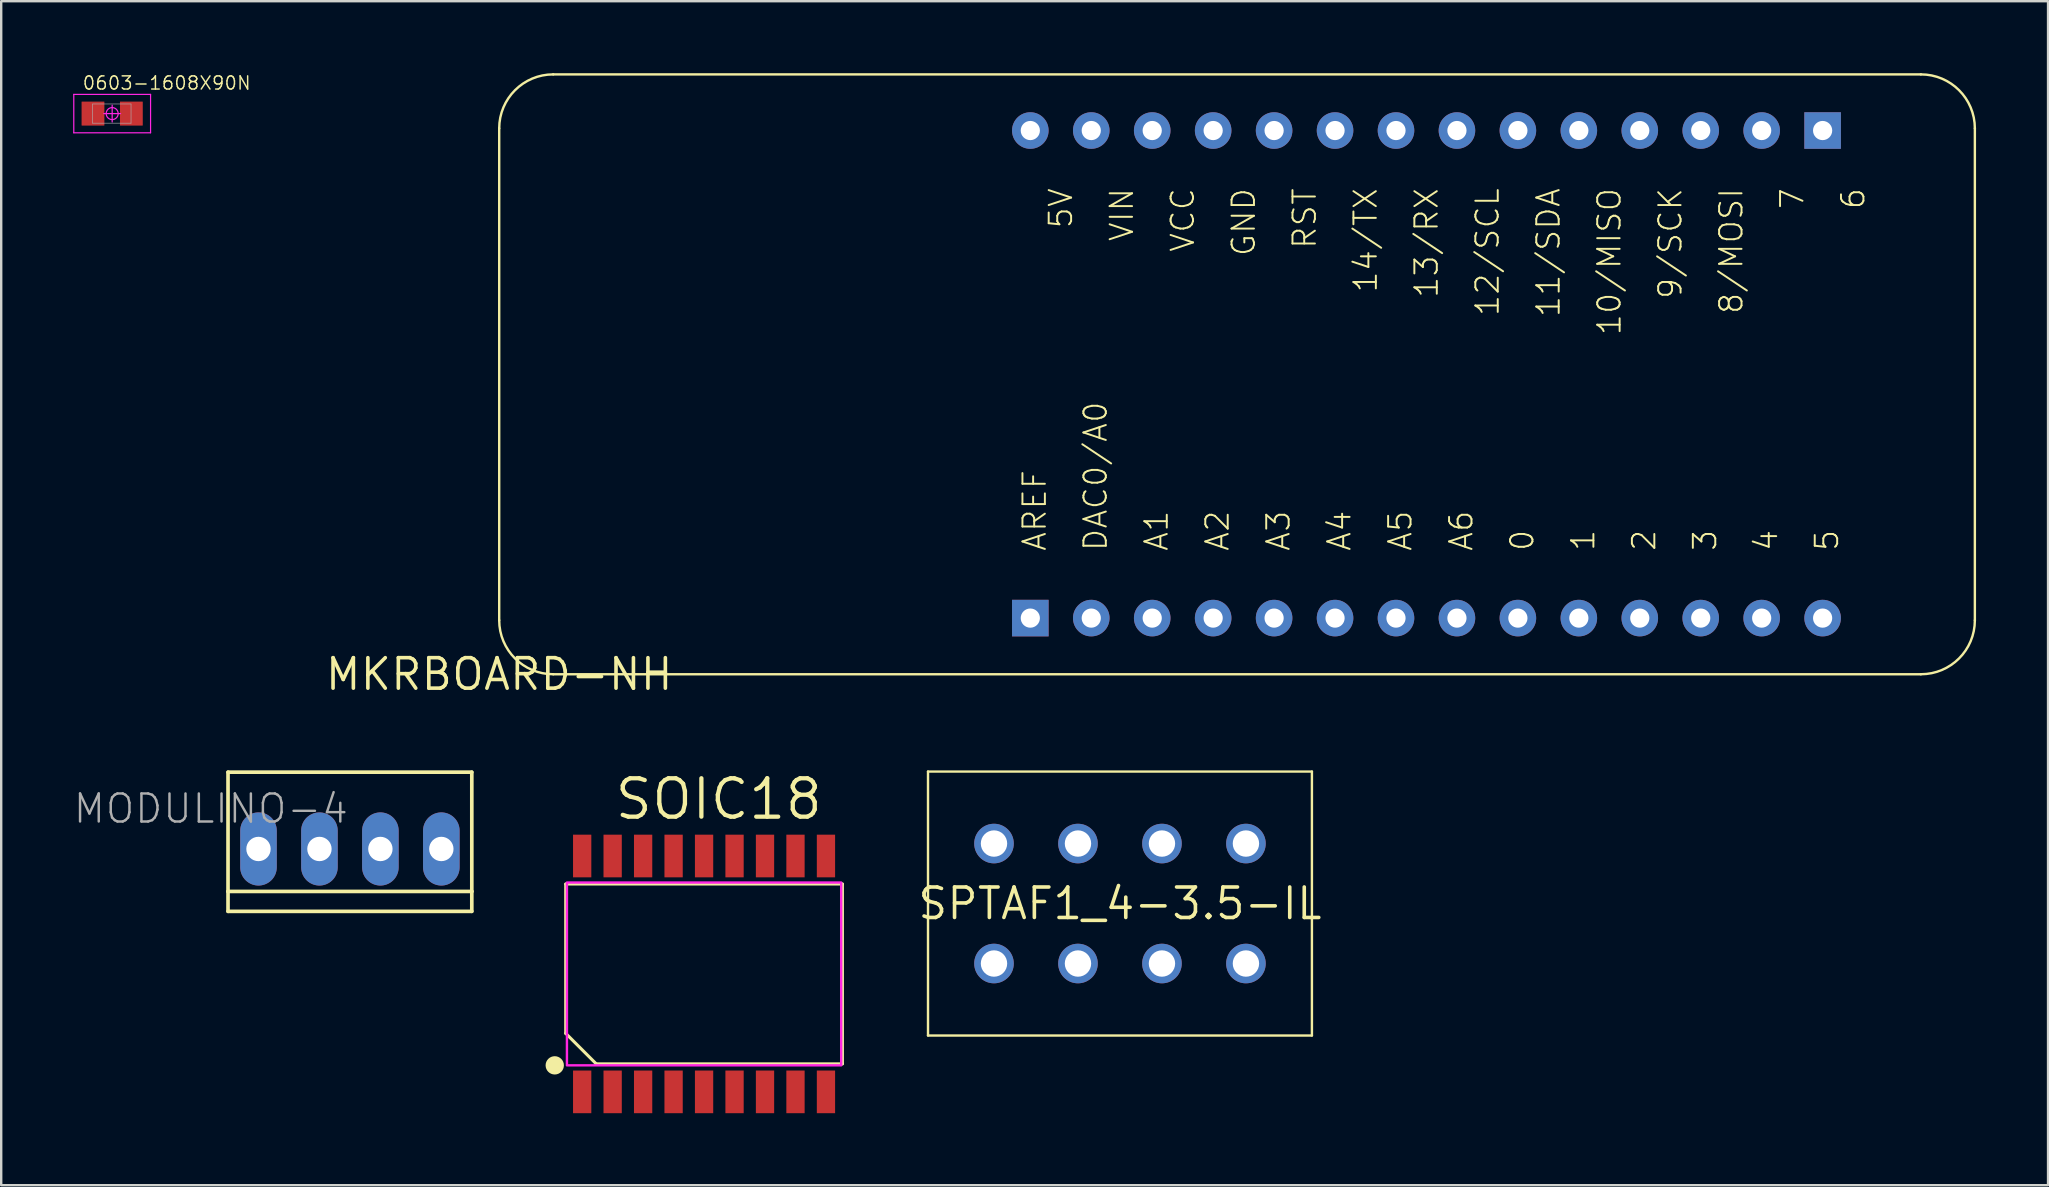
<source format=kicad_pcb>
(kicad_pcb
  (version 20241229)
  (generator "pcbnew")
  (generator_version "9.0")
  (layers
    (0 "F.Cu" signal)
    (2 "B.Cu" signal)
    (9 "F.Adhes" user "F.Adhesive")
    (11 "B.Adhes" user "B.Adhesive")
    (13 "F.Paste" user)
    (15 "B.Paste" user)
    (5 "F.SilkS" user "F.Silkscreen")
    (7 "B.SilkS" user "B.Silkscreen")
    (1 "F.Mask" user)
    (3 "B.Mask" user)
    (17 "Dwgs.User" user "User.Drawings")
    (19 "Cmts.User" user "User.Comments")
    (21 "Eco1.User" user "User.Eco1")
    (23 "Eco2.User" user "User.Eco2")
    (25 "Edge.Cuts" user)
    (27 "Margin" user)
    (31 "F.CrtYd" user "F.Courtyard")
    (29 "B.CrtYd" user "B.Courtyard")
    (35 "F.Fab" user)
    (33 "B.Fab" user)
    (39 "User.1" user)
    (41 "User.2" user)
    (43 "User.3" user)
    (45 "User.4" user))
  (footprint "SOIC18"
    (layer "F.Cu")
    (at 26.293 37.54)
    (property "Reference" "SOIC18" (at -3.81 -6.35 0) (unlocked yes) (layer "F.SilkS") (effects (font (size 1.6 1.6) (thickness 0.178)) (justify left bottom)))
    (fp_line (start -5.766 -3.747) (end 5.766 -3.747) (stroke (width 0.127) (type solid)) (layer "F.SilkS"))
    (fp_line (start -5.766 2.477) (end -5.766 -3.747) (stroke (width 0.127) (type solid)) (layer "F.SilkS"))
    (fp_line (start -4.496 3.747) (end -5.766 2.477) (stroke (width 0.127) (type solid)) (layer "F.SilkS"))
    (fp_line (start 5.766 -3.747) (end 5.766 3.747) (stroke (width 0.127) (type solid)) (layer "F.SilkS"))
    (fp_line (start 5.766 3.747) (end -4.496 3.747) (stroke (width 0.127) (type solid)) (layer "F.SilkS"))
    (fp_circle (center -6.223 3.81) (end -6.032 3.81) (stroke (width 0.381) (type solid)) (fill yes) (layer "F.SilkS"))
    (fp_poly (pts (xy -5.715 3.81) (xy 5.715 3.81) (xy 5.715 -3.81) (xy -5.715 -3.81)) (stroke (width 0.1) (type default)) (fill no) (layer "F.CrtYd"))
    (pad "1" smd rect (at -5.08 4.915 90) (size 1.778 0.762) (layers "F.Cu" "F.Mask" "F.Paste"))
    (pad "2" smd rect (at -3.81 4.915 90) (size 1.778 0.762) (layers "F.Cu" "F.Mask" "F.Paste"))
    (pad "3" smd rect (at -2.54 4.915 90) (size 1.778 0.762) (layers "F.Cu" "F.Mask" "F.Paste"))
    (pad "4" smd rect (at -1.27 4.915 90) (size 1.778 0.762) (layers "F.Cu" "F.Mask" "F.Paste"))
    (pad "5" smd rect (at 0 4.915 90) (size 1.778 0.762) (layers "F.Cu" "F.Mask" "F.Paste"))
    (pad "6" smd rect (at 1.27 4.915 90) (size 1.778 0.762) (layers "F.Cu" "F.Mask" "F.Paste"))
    (pad "7" smd rect (at 2.54 4.915 90) (size 1.778 0.762) (layers "F.Cu" "F.Mask" "F.Paste"))
    (pad "8" smd rect (at 3.81 4.915 90) (size 1.778 0.762) (layers "F.Cu" "F.Mask" "F.Paste"))
    (pad "9" smd rect (at 5.08 4.915 90) (size 1.778 0.762) (layers "F.Cu" "F.Mask" "F.Paste"))
    (pad "10" smd rect (at 5.08 -4.915 90) (size 1.778 0.762) (layers "F.Cu" "F.Mask" "F.Paste"))
    (pad "11" smd rect (at 3.81 -4.915 90) (size 1.778 0.762) (layers "F.Cu" "F.Mask" "F.Paste"))
    (pad "12" smd rect (at 2.54 -4.915 90) (size 1.778 0.762) (layers "F.Cu" "F.Mask" "F.Paste"))
    (pad "13" smd rect (at 1.27 -4.915 90) (size 1.778 0.762) (layers "F.Cu" "F.Mask" "F.Paste"))
    (pad "14" smd rect (at 0 -4.915 90) (size 1.778 0.762) (layers "F.Cu" "F.Mask" "F.Paste"))
    (pad "15" smd rect (at -1.27 -4.915 90) (size 1.778 0.762) (layers "F.Cu" "F.Mask" "F.Paste"))
    (pad "16" smd rect (at -2.54 -4.915 90) (size 1.778 0.762) (layers "F.Cu" "F.Mask" "F.Paste"))
    (pad "17" smd rect (at -3.81 -4.915 90) (size 1.778 0.762) (layers "F.Cu" "F.Mask" "F.Paste"))
    (pad "18" smd rect (at -5.08 -4.915 90) (size 1.778 0.762) (layers "F.Cu" "F.Mask" "F.Paste")))
  (footprint "MODULINO-4"
    (layer "F.Cu")
    (at 11.533 32.332)
    (property "Reference" "MODULINO-4" (at 0 -2.364 0) (unlocked yes) (layer "F.Fab") (effects (font (size 1.168 1.168) (thickness 0.102)) (justify right top)))
    (fp_line (start -5.08 1.77) (end -5.08 -3.2) (stroke (width 0.152) (type solid)) (layer "F.SilkS"))
    (fp_line (start -5.08 1.77) (end 5.08 1.77) (stroke (width 0.152) (type solid)) (layer "F.SilkS"))
    (fp_line (start -5.08 2.6) (end -5.08 1.77) (stroke (width 0.152) (type solid)) (layer "F.SilkS"))
    (fp_line (start -5.08 2.6) (end 5.08 2.6) (stroke (width 0.152) (type solid)) (layer "F.SilkS"))
    (fp_line (start 5.08 -3.2) (end -5.08 -3.2) (stroke (width 0.152) (type solid)) (layer "F.SilkS"))
    (fp_line (start 5.08 -3.2) (end 5.08 1.77) (stroke (width 0.152) (type solid)) (layer "F.SilkS"))
    (fp_line (start 5.08 1.77) (end 5.08 2.6) (stroke (width 0.152) (type solid)) (layer "F.SilkS"))
    (fp_poly (pts (xy -4.064 0.254) (xy -3.556 0.254) (xy -3.556 -0.254) (xy -4.064 -0.254)) (stroke (width 0) (type default)) (fill yes) (layer "F.SilkS"))
    (fp_poly (pts (xy -1.524 0.254) (xy -1.016 0.254) (xy -1.016 -0.254) (xy -1.524 -0.254)) (stroke (width 0) (type default)) (fill yes) (layer "F.SilkS"))
    (fp_poly (pts (xy 1.016 0.254) (xy 1.524 0.254) (xy 1.524 -0.254) (xy 1.016 -0.254)) (stroke (width 0) (type default)) (fill yes) (layer "F.SilkS"))
    (fp_poly (pts (xy 3.556 0.254) (xy 4.064 0.254) (xy 4.064 -0.254) (xy 3.556 -0.254)) (stroke (width 0) (type default)) (fill yes) (layer "F.SilkS"))
    (pad "1" thru_hole oval (at 3.81 0 90) (size 3.048 1.524) (drill 1.016) (layers "*.Cu" "*.Mask"))
    (pad "2" thru_hole oval (at 1.27 0 90) (size 3.048 1.524) (drill 1.016) (layers "*.Cu" "*.Mask"))
    (pad "3" thru_hole oval (at -1.27 0 90) (size 3.048 1.524) (drill 1.016) (layers "*.Cu" "*.Mask"))
    (pad "4" thru_hole oval (at -3.81 0 90) (size 3.048 1.524) (drill 1.016) (layers "*.Cu" "*.Mask")))
  (footprint "MKRBOARD-NH"
    (layer "F.Cu")
    (at 17.755 25.05)
    (property "Reference" "MKRBOARD-NH" (at 0 0 0) (layer "F.SilkS") (effects (font (size 1.27 1.27) (thickness 0.15))))
    (fp_line (start 0 -22.75) (end 0 -2.25) (stroke (width 0.1) (type solid)) (layer "F.SilkS"))
    (fp_line (start 2.25 0) (end 59.25 0) (stroke (width 0.1) (type solid)) (layer "F.SilkS"))
    (fp_line (start 59.25 -25) (end 2.25 -25) (stroke (width 0.1) (type solid)) (layer "F.SilkS"))
    (fp_line (start 61.5 -2.25) (end 61.5 -22.75) (stroke (width 0.1) (type solid)) (layer "F.SilkS"))
    (fp_arc (start 0 -22.75) (mid 0.65901 -24.34099) (end 2.25 -25) (stroke (width 0.1) (type solid)) (layer "F.SilkS"))
    (fp_arc (start 2.25 0) (mid 0.65901 -0.65901) (end 0 -2.25) (stroke (width 0.1) (type solid)) (layer "F.SilkS"))
    (fp_arc (start 59.25 -25) (mid 60.84099 -24.34099) (end 61.5 -22.75) (stroke (width 0.1) (type solid)) (layer "F.SilkS"))
    (fp_arc (start 61.5 -2.25) (mid 60.84099 -0.65901) (end 59.25 0) (stroke (width 0.1) (type solid)) (layer "F.SilkS"))
    (fp_text user "A1" (at 27.94 -5.08 90) (unlocked yes) (layer "F.SilkS") (effects (font (size 0.935 0.935) (thickness 0.081)) (justify left bottom)))
    (fp_text user "RST" (at 33.02 -20.32 90) (unlocked yes) (layer "F.SilkS") (effects (font (size 0.935 0.935) (thickness 0.081)) (justify right top)))
    (fp_text user "2" (at 48.26 -5.08 90) (unlocked yes) (layer "F.SilkS") (effects (font (size 0.935 0.935) (thickness 0.081)) (justify left bottom)))
    (fp_text user "GND" (at 30.48 -20.32 90) (unlocked yes) (layer "F.SilkS") (effects (font (size 0.935 0.935) (thickness 0.081)) (justify right top)))
    (fp_text user "10/MISO" (at 45.72 -20.32 90) (unlocked yes) (layer "F.SilkS") (effects (font (size 0.935 0.935) (thickness 0.081)) (justify right top)))
    (fp_text user "9/SCK" (at 48.26 -20.32 90) (unlocked yes) (layer "F.SilkS") (effects (font (size 0.935 0.935) (thickness 0.081)) (justify right top)))
    (fp_text user "A4" (at 35.56 -5.08 90) (unlocked yes) (layer "F.SilkS") (effects (font (size 0.935 0.935) (thickness 0.081)) (justify left bottom)))
    (fp_text user "VIN" (at 25.4 -20.32 90) (unlocked yes) (layer "F.SilkS") (effects (font (size 0.935 0.935) (thickness 0.081)) (justify right top)))
    (fp_text user "A2" (at 30.48 -5.08 90) (unlocked yes) (layer "F.SilkS") (effects (font (size 0.935 0.935) (thickness 0.081)) (justify left bottom)))
    (fp_text user "3" (at 50.8 -5.08 90) (unlocked yes) (layer "F.SilkS") (effects (font (size 0.935 0.935) (thickness 0.081)) (justify left bottom)))
    (fp_text user "0" (at 43.18 -5.08 90) (unlocked yes) (layer "F.SilkS") (effects (font (size 0.935 0.935) (thickness 0.081)) (justify left bottom)))
    (fp_text user "5" (at 55.88 -5.08 90) (unlocked yes) (layer "F.SilkS") (effects (font (size 0.935 0.935) (thickness 0.081)) (justify left bottom)))
    (fp_text user "A5" (at 38.1 -5.08 90) (unlocked yes) (layer "F.SilkS") (effects (font (size 0.935 0.935) (thickness 0.081)) (justify left bottom)))
    (fp_text user "DAC0/A0" (at 25.4 -5.08 90) (unlocked yes) (layer "F.SilkS") (effects (font (size 0.935 0.935) (thickness 0.081)) (justify left bottom)))
    (fp_text user "12/SCL" (at 40.64 -20.32 90) (unlocked yes) (layer "F.SilkS") (effects (font (size 0.935 0.935) (thickness 0.081)) (justify right top)))
    (fp_text user "11/SDA" (at 43.18 -20.32 90) (unlocked yes) (layer "F.SilkS") (effects (font (size 0.935 0.935) (thickness 0.081)) (justify right top)))
    (fp_text user "4" (at 53.34 -5.08 90) (unlocked yes) (layer "F.SilkS") (effects (font (size 0.935 0.935) (thickness 0.081)) (justify left bottom)))
    (fp_text user "7" (at 53.34 -20.32 90) (unlocked yes) (layer "F.SilkS") (effects (font (size 0.935 0.935) (thickness 0.081)) (justify right top)))
    (fp_text user "A6" (at 40.64 -5.08 90) (unlocked yes) (layer "F.SilkS") (effects (font (size 0.935 0.935) (thickness 0.081)) (justify left bottom)))
    (fp_text user "VCC" (at 27.94 -20.32 90) (unlocked yes) (layer "F.SilkS") (effects (font (size 0.935 0.935) (thickness 0.081)) (justify right top)))
    (fp_text user "AREF" (at 22.86 -5.08 90) (unlocked yes) (layer "F.SilkS") (effects (font (size 0.935 0.935) (thickness 0.081)) (justify left bottom)))
    (fp_text user "13/RX" (at 38.1 -20.32 90) (unlocked yes) (layer "F.SilkS") (effects (font (size 0.935 0.935) (thickness 0.081)) (justify right top)))
    (fp_text user "1" (at 45.72 -5.08 90) (unlocked yes) (layer "F.SilkS") (effects (font (size 0.935 0.935) (thickness 0.081)) (justify left bottom)))
    (fp_text user "A3" (at 33.02 -5.08 90) (unlocked yes) (layer "F.SilkS") (effects (font (size 0.935 0.935) (thickness 0.081)) (justify left bottom)))
    (fp_text user "8/MOSI" (at 50.8 -20.32 90) (unlocked yes) (layer "F.SilkS") (effects (font (size 0.935 0.935) (thickness 0.081)) (justify right top)))
    (fp_text user "14/TX" (at 35.56 -20.32 90) (unlocked yes) (layer "F.SilkS") (effects (font (size 0.935 0.935) (thickness 0.081)) (justify right top)))
    (fp_text user "5V" (at 22.86 -20.32 90) (unlocked yes) (layer "F.SilkS") (effects (font (size 0.935 0.935) (thickness 0.081)) (justify right top)))
    (fp_text user "6" (at 55.88 -20.32 90) (unlocked yes) (layer "F.SilkS") (effects (font (size 0.935 0.935) (thickness 0.081)) (justify right top)))
    (pad "0" thru_hole circle (at 42.455 -2.34) (size 1.524 1.524) (drill 0.8) (layers "*.Cu" "*.Mask"))
    (pad "1" thru_hole circle (at 44.995 -2.34) (size 1.524 1.524) (drill 0.8) (layers "*.Cu" "*.Mask"))
    (pad "2" thru_hole circle (at 47.535 -2.34) (size 1.524 1.524) (drill 0.8) (layers "*.Cu" "*.Mask"))
    (pad "3" thru_hole circle (at 50.075 -2.34) (size 1.524 1.524) (drill 0.8) (layers "*.Cu" "*.Mask"))
    (pad "4" thru_hole circle (at 52.615 -2.34) (size 1.524 1.524) (drill 0.8) (layers "*.Cu" "*.Mask"))
    (pad "5" thru_hole circle (at 55.155 -2.34) (size 1.524 1.524) (drill 0.8) (layers "*.Cu" "*.Mask"))
    (pad "5V" thru_hole circle (at 22.135 -22.66) (size 1.524 1.524) (drill 0.8) (layers "*.Cu" "*.Mask"))
    (pad "6" thru_hole rect (at 55.155 -22.66) (size 1.524 1.524) (drill 0.8) (layers "*.Cu" "*.Mask"))
    (pad "7" thru_hole circle (at 52.615 -22.66) (size 1.524 1.524) (drill 0.8) (layers "*.Cu" "*.Mask"))
    (pad "8" thru_hole circle (at 50.075 -22.66) (size 1.524 1.524) (drill 0.8) (layers "*.Cu" "*.Mask"))
    (pad "9" thru_hole circle (at 47.535 -22.66) (size 1.524 1.524) (drill 0.8) (layers "*.Cu" "*.Mask"))
    (pad "10" thru_hole circle (at 44.995 -22.66) (size 1.524 1.524) (drill 0.8) (layers "*.Cu" "*.Mask"))
    (pad "11" thru_hole circle (at 42.455 -22.66) (size 1.524 1.524) (drill 0.8) (layers "*.Cu" "*.Mask"))
    (pad "12" thru_hole circle (at 39.915 -22.66) (size 1.524 1.524) (drill 0.8) (layers "*.Cu" "*.Mask"))
    (pad "13" thru_hole circle (at 37.375 -22.66) (size 1.524 1.524) (drill 0.8) (layers "*.Cu" "*.Mask"))
    (pad "14" thru_hole circle (at 34.835 -22.66) (size 1.524 1.524) (drill 0.8) (layers "*.Cu" "*.Mask"))
    (pad "A0" thru_hole circle (at 24.675 -2.34) (size 1.524 1.524) (drill 0.8) (layers "*.Cu" "*.Mask"))
    (pad "A1" thru_hole circle (at 27.215 -2.34) (size 1.524 1.524) (drill 0.8) (layers "*.Cu" "*.Mask"))
    (pad "A2" thru_hole circle (at 29.755 -2.34) (size 1.524 1.524) (drill 0.8) (layers "*.Cu" "*.Mask"))
    (pad "A3" thru_hole circle (at 32.295 -2.34) (size 1.524 1.524) (drill 0.8) (layers "*.Cu" "*.Mask"))
    (pad "A4" thru_hole circle (at 34.835 -2.34) (size 1.524 1.524) (drill 0.8) (layers "*.Cu" "*.Mask"))
    (pad "A5" thru_hole circle (at 37.375 -2.34) (size 1.524 1.524) (drill 0.8) (layers "*.Cu" "*.Mask"))
    (pad "A6" thru_hole circle (at 39.915 -2.34) (size 1.524 1.524) (drill 0.8) (layers "*.Cu" "*.Mask"))
    (pad "AREF" thru_hole rect (at 22.135 -2.34) (size 1.524 1.524) (drill 0.8) (layers "*.Cu" "*.Mask"))
    (pad "GND" thru_hole circle (at 29.755 -22.66) (size 1.524 1.524) (drill 0.8) (layers "*.Cu" "*.Mask"))
    (pad "RST" thru_hole circle (at 32.295 -22.66) (size 1.524 1.524) (drill 0.8) (layers "*.Cu" "*.Mask"))
    (pad "VCC" thru_hole circle (at 27.215 -22.66) (size 1.524 1.524) (drill 0.8) (layers "*.Cu" "*.Mask"))
    (pad "VIN" thru_hole circle (at 24.675 -22.66) (size 1.524 1.524) (drill 0.8) (layers "*.Cu" "*.Mask")))
  (footprint "0603-1608X90N"
    (layer "F.Cu")
    (at 1.625 1.684)
    (property "Reference" "0603-1608X90N" (at -1.27 -0.953 0) (unlocked yes) (layer "F.SilkS") (effects (font (size 0.549 0.549) (thickness 0.061)) (justify left bottom)))
    (fp_line (start -1.6 -0.8) (end -1.6 0.8) (stroke (width 0.05) (type solid)) (layer "F.CrtYd"))
    (fp_line (start -1.6 0.8) (end 1.6 0.8) (stroke (width 0.05) (type solid)) (layer "F.CrtYd"))
    (fp_line (start -0.35 0) (end 0.35 0) (stroke (width 0.05) (type solid)) (layer "F.CrtYd"))
    (fp_line (start 0 0.35) (end 0 -0.35) (stroke (width 0.05) (type solid)) (layer "F.CrtYd"))
    (fp_line (start 1.6 -0.8) (end -1.6 -0.8) (stroke (width 0.05) (type solid)) (layer "F.CrtYd"))
    (fp_line (start 1.6 0.8) (end 1.6 -0.8) (stroke (width 0.05) (type solid)) (layer "F.CrtYd"))
    (fp_circle (center 0 0) (end 0.25 0) (stroke (width 0.05) (type solid)) (fill no) (layer "F.CrtYd"))
    (fp_line (start -0.814 -0.4) (end -0.814 0.4) (stroke (width 0.025) (type solid)) (layer "F.Fab"))
    (fp_line (start -0.814 0.4) (end 0.786 0.4) (stroke (width 0.025) (type solid)) (layer "F.Fab"))
    (fp_line (start 0.786 -0.4) (end -0.814 -0.4) (stroke (width 0.025) (type solid)) (layer "F.Fab"))
    (fp_line (start 0.786 0.4) (end 0.786 -0.4) (stroke (width 0.025) (type solid)) (layer "F.Fab"))
    (pad "1" smd roundrect (at -0.8 0) (size 0.95 1) (layers "F.Cu" "F.Mask" "F.Paste") (roundrect_rratio 0.015))
    (pad "2" smd roundrect (at 0.8 0) (size 0.95 1) (layers "F.Cu" "F.Mask" "F.Paste") (roundrect_rratio 0.015)))
  (footprint "SPTAF1_4-3.5-IL"
    (layer "F.Cu")
    (at 43.626 34.606)
    (property "Reference" "SPTAF1_4-3.5-IL" (at 0 0 0) (layer "F.SilkS") (effects (font (size 1.27 1.27) (thickness 0.15))))
    (fp_line (start -8 -5.5) (end -8 5.5) (stroke (width 0.1) (type solid)) (layer "F.SilkS"))
    (fp_line (start -8 5.5) (end 8 5.5) (stroke (width 0.1) (type solid)) (layer "F.SilkS"))
    (fp_line (start 8 -5.5) (end -8 -5.5) (stroke (width 0.1) (type solid)) (layer "F.SilkS"))
    (fp_line (start 8 5.5) (end 8 -5.5) (stroke (width 0.1) (type solid)) (layer "F.SilkS"))
    (pad "1A" thru_hole circle (at -5.25 2.5) (size 1.65 1.65) (drill 1.1) (layers "*.Cu" "*.Mask"))
    (pad "1B" thru_hole circle (at -5.25 -2.5) (size 1.65 1.65) (drill 1.1) (layers "*.Cu" "*.Mask"))
    (pad "2A" thru_hole circle (at -1.75 2.5) (size 1.65 1.65) (drill 1.1) (layers "*.Cu" "*.Mask"))
    (pad "2B" thru_hole circle (at -1.75 -2.5) (size 1.65 1.65) (drill 1.1) (layers "*.Cu" "*.Mask"))
    (pad "3A" thru_hole circle (at 1.75 2.5) (size 1.65 1.65) (drill 1.1) (layers "*.Cu" "*.Mask"))
    (pad "3B" thru_hole circle (at 1.75 -2.5) (size 1.65 1.65) (drill 1.1) (layers "*.Cu" "*.Mask"))
    (pad "4A" thru_hole circle (at 5.25 2.5) (size 1.65 1.65) (drill 1.1) (layers "*.Cu" "*.Mask"))
    (pad "4B" thru_hole circle (at 5.25 -2.5) (size 1.65 1.65) (drill 1.1) (layers "*.Cu" "*.Mask")))
  (gr_rect
    (start -3 -3)
    (end 82.305 46.344)
    (stroke (width 0.1) (type default))
    (fill no)
    (layer "Edge.Cuts")))
</source>
